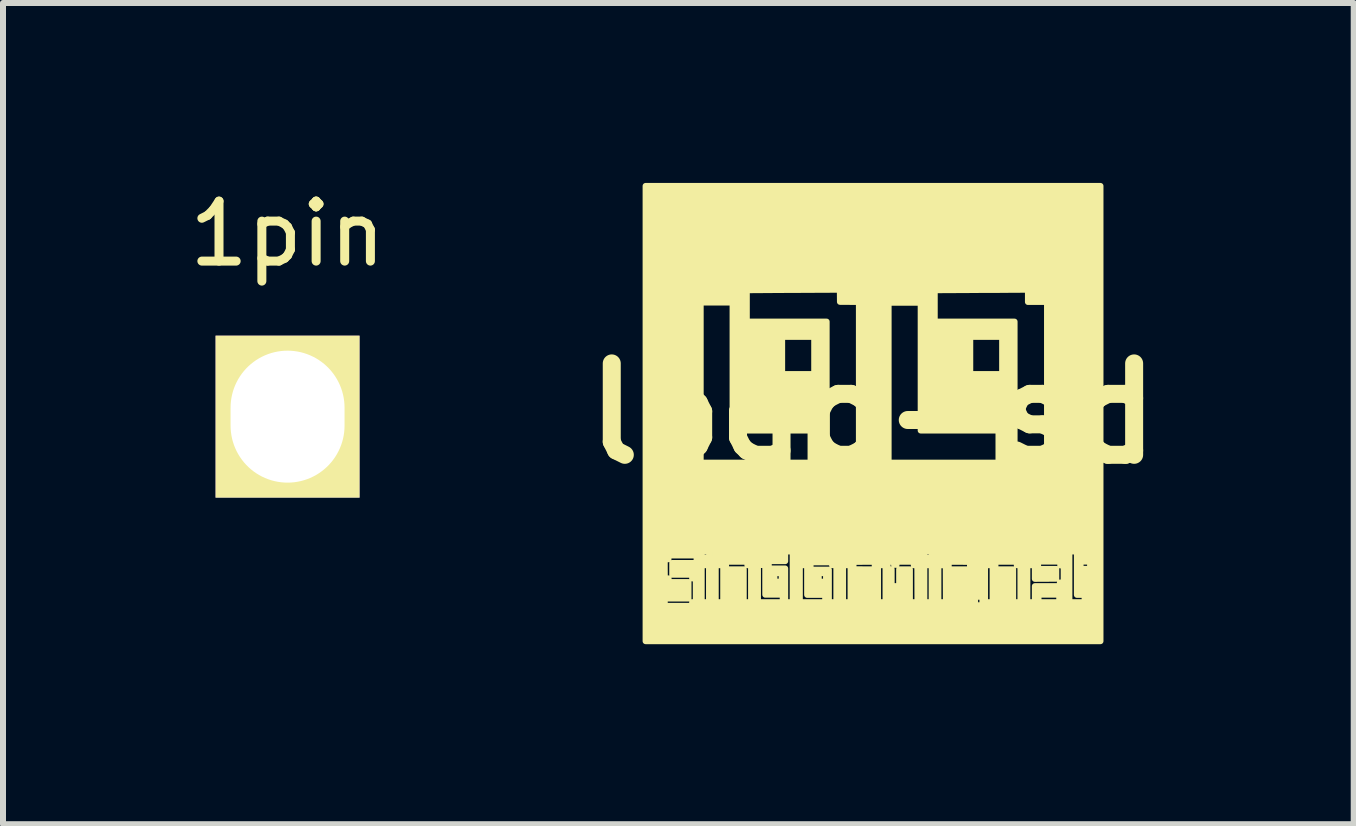
<source format=kicad_pcb>
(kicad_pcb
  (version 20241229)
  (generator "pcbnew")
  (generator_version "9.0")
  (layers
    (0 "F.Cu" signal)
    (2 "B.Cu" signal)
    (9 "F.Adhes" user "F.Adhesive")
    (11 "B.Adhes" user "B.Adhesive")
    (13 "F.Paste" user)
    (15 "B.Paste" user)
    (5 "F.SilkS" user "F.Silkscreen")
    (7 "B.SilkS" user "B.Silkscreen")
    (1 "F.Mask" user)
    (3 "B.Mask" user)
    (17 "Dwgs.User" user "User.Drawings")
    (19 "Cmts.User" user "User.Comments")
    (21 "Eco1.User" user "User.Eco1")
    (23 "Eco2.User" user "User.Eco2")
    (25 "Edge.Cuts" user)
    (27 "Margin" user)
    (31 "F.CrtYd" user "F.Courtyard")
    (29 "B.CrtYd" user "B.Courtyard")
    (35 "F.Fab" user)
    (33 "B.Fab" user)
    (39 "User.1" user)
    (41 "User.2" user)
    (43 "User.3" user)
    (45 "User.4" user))
  (footprint "logo-sd"
    (layer "F.Cu")
    (at 11.503 3.843)
    (property "Reference" "logo-sd" (at 0 0 0) (layer "F.SilkS") (effects (font (size 1.524 1.524) (thickness 0.3))))
    (attr through_hole)
    (fp_poly (pts (xy 3.793 3.796) (xy 3.62 3.796) (xy 3.62 2.591) (xy 3.62 2.53) (xy 3.62 2.469) (xy 3.541 2.469) (xy 3.461 2.469) (xy 3.461 2.53) (xy 3.461 2.591) (xy 3.541 2.591) (xy 3.62 2.591) (xy 3.62 3.796) (xy 3.529 3.796) (xy 3.529 3.146) (xy 3.529 3.085) (xy 3.529 3.024) (xy 3.465 3.024) (xy 3.4 3.024) (xy 3.4 2.662) (xy 3.4 2.3) (xy 3.338 2.3) (xy 3.275 2.3) (xy 3.275 2.723) (xy 3.275 3.146) (xy 3.402 3.146) (xy 3.529 3.146) (xy 3.529 3.796) (xy 3.18 3.796) (xy 3.18 2.818) (xy 3.18 2.675) (xy 3.18 2.533) (xy 3.151 2.533) (xy 3.123 2.533) (xy 3.123 2.501) (xy 3.123 2.469) (xy 2.938 2.469) (xy 2.902 2.469) (xy 2.902 0.82) (xy 2.902 -0.52) (xy 2.902 -1.859) (xy 2.743 -1.859) (xy 2.584 -1.859) (xy 2.584 -1.961) (xy 2.584 -2.063) (xy 2.226 -2.061) (xy 2.172 -2.061) (xy 2.112 -2.06) (xy 2.048 -2.06) (xy 1.98 -2.06) (xy 1.909 -2.059) (xy 1.837 -2.059) (xy 1.764 -2.059) (xy 1.691 -2.058) (xy 1.62 -2.058) (xy 1.552 -2.057) (xy 1.487 -2.057) (xy 1.449 -2.057) (xy 1.03 -2.055) (xy 1.03 -1.793) (xy 1.03 -1.531) (xy 1.695 -1.531) (xy 2.361 -1.531) (xy 2.361 -0.358) (xy 2.361 -0.269) (xy 2.361 -0.182) (xy 2.361 -0.097) (xy 2.361 -0.014) (xy 2.361 0.066) (xy 2.361 0.144) (xy 2.361 0.218) (xy 2.361 0.29) (xy 2.361 0.358) (xy 2.361 0.422) (xy 2.361 0.482) (xy 2.361 0.539) (xy 2.361 0.59) (xy 2.362 0.637) (xy 2.362 0.68) (xy 2.362 0.717) (xy 2.362 0.748) (xy 2.362 0.774) (xy 2.362 0.794) (xy 2.362 0.808) (xy 2.363 0.816) (xy 2.363 0.817) (xy 2.366 0.818) (xy 2.376 0.818) (xy 2.392 0.818) (xy 2.413 0.819) (xy 2.439 0.819) (xy 2.468 0.819) (xy 2.502 0.819) (xy 2.538 0.819) (xy 2.578 0.82) (xy 2.619 0.82) (xy 2.634 0.82) (xy 2.902 0.82) (xy 2.902 2.469) (xy 2.753 2.469) (xy 2.753 2.53) (xy 2.753 2.591) (xy 2.905 2.592) (xy 3.056 2.592) (xy 3.056 2.674) (xy 3.056 2.755) (xy 2.878 2.756) (xy 2.699 2.757) (xy 2.699 2.643) (xy 2.699 2.53) (xy 2.637 2.53) (xy 2.574 2.53) (xy 2.574 2.838) (xy 2.574 3.146) (xy 2.637 3.146) (xy 2.699 3.146) (xy 2.699 3.012) (xy 2.699 2.879) (xy 2.907 2.879) (xy 3.116 2.879) (xy 3.116 2.848) (xy 3.116 2.818) (xy 3.148 2.818) (xy 3.18 2.818) (xy 3.18 3.796) (xy 3.106 3.796) (xy 3.106 3.146) (xy 3.106 3.084) (xy 3.106 3.021) (xy 2.933 3.021) (xy 2.76 3.021) (xy 2.76 3.084) (xy 2.76 3.146) (xy 2.933 3.146) (xy 3.106 3.146) (xy 3.106 3.796) (xy 2.459 3.796) (xy 2.459 3.146) (xy 2.459 2.838) (xy 2.459 2.53) (xy 2.428 2.53) (xy 2.398 2.53) (xy 2.398 2.501) (xy 2.398 2.472) (xy 2.22 2.472) (xy 2.154 2.472) (xy 2.154 -0.657) (xy 2.154 -0.967) (xy 2.154 -1.277) (xy 1.888 -1.277) (xy 1.622 -1.277) (xy 1.622 -0.967) (xy 1.622 -0.657) (xy 1.888 -0.657) (xy 2.154 -0.657) (xy 2.154 2.472) (xy 2.093 2.472) (xy 2.093 0.82) (xy 2.093 0.552) (xy 2.093 0.284) (xy 1.444 0.284) (xy 0.796 0.284) (xy 0.796 -0.781) (xy 0.796 -1.846) (xy 0.528 -1.846) (xy 0.261 -1.846) (xy 0.261 -0.513) (xy 0.261 0.82) (xy 1.177 0.82) (xy 2.093 0.82) (xy 2.093 2.472) (xy 2.042 2.472) (xy 2.042 2.535) (xy 2.042 2.598) (xy 2.189 2.598) (xy 2.337 2.598) (xy 2.337 2.872) (xy 2.337 3.146) (xy 2.398 3.146) (xy 2.459 3.146) (xy 2.459 3.796) (xy 1.995 3.796) (xy 1.995 3.146) (xy 1.995 2.838) (xy 1.995 2.53) (xy 1.932 2.53) (xy 1.869 2.53) (xy 1.869 2.838) (xy 1.869 3.146) (xy 1.932 3.146) (xy 1.995 3.146) (xy 1.995 3.796) (xy 1.825 3.796) (xy 1.825 3.197) (xy 1.825 3.126) (xy 1.825 3.055) (xy 1.764 3.055) (xy 1.703 3.055) (xy 1.703 3.126) (xy 1.703 3.197) (xy 1.764 3.197) (xy 1.825 3.197) (xy 1.825 3.796) (xy 1.619 3.796) (xy 1.619 2.598) (xy 1.618 2.536) (xy 1.617 2.474) (xy 1.44 2.473) (xy 1.263 2.472) (xy 1.263 2.535) (xy 1.263 2.598) (xy 1.441 2.598) (xy 1.619 2.598) (xy 1.619 3.796) (xy 1.216 3.796) (xy 1.216 3.146) (xy 1.215 2.839) (xy 1.214 2.532) (xy 1.152 2.531) (xy 1.091 2.53) (xy 1.091 2.838) (xy 1.091 3.146) (xy 1.153 3.146) (xy 1.216 3.146) (xy 1.216 3.796) (xy 0.982 3.796) (xy 0.982 2.348) (xy 0.982 2.296) (xy 0.92 2.296) (xy 0.858 2.296) (xy 0.856 2.322) (xy 0.854 2.34) (xy 0.854 2.359) (xy 0.853 2.374) (xy 0.853 2.401) (xy 0.915 2.402) (xy 0.935 2.402) (xy 0.953 2.402) (xy 0.967 2.402) (xy 0.976 2.402) (xy 0.98 2.402) (xy 0.98 2.398) (xy 0.981 2.389) (xy 0.982 2.376) (xy 0.982 2.359) (xy 0.982 2.348) (xy 0.982 3.796) (xy 0.979 3.796) (xy 0.979 3.146) (xy 0.979 2.838) (xy 0.979 2.53) (xy 0.918 2.53) (xy 0.857 2.53) (xy 0.857 2.838) (xy 0.857 3.146) (xy 0.918 3.146) (xy 0.979 3.146) (xy 0.979 3.796) (xy 0.742 3.796) (xy 0.742 3.146) (xy 0.741 2.839) (xy 0.74 2.532) (xy 0.71 2.531) (xy 0.681 2.53) (xy 0.681 2.501) (xy 0.681 2.472) (xy 0.537 2.472) (xy 0.393 2.472) (xy 0.393 2.498) (xy 0.393 2.523) (xy 0.373 2.523) (xy 0.352 2.523) (xy 0.352 2.498) (xy 0.352 2.472) (xy 0.298 2.472) (xy 0.244 2.472) (xy 0.244 2.535) (xy 0.244 2.598) (xy 0.278 2.598) (xy 0.312 2.598) (xy 0.312 2.738) (xy 0.312 2.879) (xy 0.374 2.879) (xy 0.437 2.879) (xy 0.437 2.738) (xy 0.437 2.598) (xy 0.527 2.598) (xy 0.616 2.598) (xy 0.616 2.872) (xy 0.616 3.146) (xy 0.679 3.146) (xy 0.742 3.146) (xy 0.742 3.796) (xy 0.21 3.796) (xy 0.21 3.146) (xy 0.21 2.838) (xy 0.21 2.53) (xy 0.147 2.53) (xy 0.085 2.53) (xy 0.085 2.838) (xy 0.085 3.146) (xy 0.147 3.146) (xy 0.21 3.146) (xy 0.21 3.796) (xy 0.03 3.796) (xy 0.03 2.598) (xy 0.03 2.535) (xy 0.03 2.472) (xy -0.146 2.473) (xy -0.234 2.474) (xy -0.234 0.82) (xy -0.234 -0.52) (xy -0.234 -1.859) (xy -0.392 -1.86) (xy -0.55 -1.861) (xy -0.551 -1.962) (xy -0.552 -2.063) (xy -1.012 -2.061) (xy -1.074 -2.061) (xy -1.14 -2.061) (xy -1.207 -2.06) (xy -1.276 -2.06) (xy -1.345 -2.059) (xy -1.414 -2.059) (xy -1.481 -2.059) (xy -1.546 -2.058) (xy -1.608 -2.058) (xy -1.666 -2.058) (xy -1.719 -2.057) (xy -1.767 -2.057) (xy -1.787 -2.057) (xy -2.103 -2.055) (xy -2.103 -1.793) (xy -2.103 -1.531) (xy -1.438 -1.531) (xy -0.772 -1.531) (xy -0.772 -0.358) (xy -0.772 -0.269) (xy -0.772 -0.182) (xy -0.772 -0.097) (xy -0.772 -0.014) (xy -0.772 0.066) (xy -0.772 0.144) (xy -0.772 0.218) (xy -0.772 0.29) (xy -0.772 0.358) (xy -0.772 0.422) (xy -0.771 0.482) (xy -0.771 0.539) (xy -0.771 0.59) (xy -0.771 0.637) (xy -0.771 0.68) (xy -0.771 0.717) (xy -0.771 0.748) (xy -0.771 0.774) (xy -0.77 0.794) (xy -0.77 0.808) (xy -0.77 0.816) (xy -0.77 0.817) (xy -0.766 0.818) (xy -0.756 0.818) (xy -0.741 0.818) (xy -0.72 0.819) (xy -0.694 0.819) (xy -0.664 0.819) (xy -0.631 0.819) (xy -0.594 0.819) (xy -0.555 0.82) (xy -0.514 0.82) (xy -0.501 0.82) (xy -0.234 0.82) (xy -0.234 2.474) (xy -0.323 2.474) (xy -0.324 2.531) (xy -0.325 2.551) (xy -0.325 2.568) (xy -0.324 2.581) (xy -0.324 2.59) (xy -0.324 2.593) (xy -0.322 2.594) (xy -0.318 2.595) (xy -0.31 2.596) (xy -0.299 2.596) (xy -0.284 2.597) (xy -0.264 2.597) (xy -0.239 2.597) (xy -0.208 2.597) (xy -0.172 2.598) (xy -0.146 2.598) (xy 0.03 2.598) (xy 0.03 3.796) (xy 0.002 3.796) (xy -0.373 3.796) (xy -0.373 3.146) (xy -0.373 2.838) (xy -0.373 2.53) (xy -0.435 2.53) (xy -0.498 2.53) (xy -0.498 2.838) (xy -0.498 3.146) (xy -0.435 3.146) (xy -0.373 3.146) (xy -0.373 3.796) (xy -0.61 3.796) (xy -0.61 3.146) (xy -0.61 2.838) (xy -0.61 2.53) (xy -0.646 2.529) (xy -0.682 2.528) (xy -0.683 2.505) (xy -0.684 2.482) (xy -0.862 2.482) (xy -0.979 2.482) (xy -0.979 -0.657) (xy -0.979 -0.967) (xy -0.979 -1.277) (xy -1.246 -1.277) (xy -1.514 -1.277) (xy -1.514 -0.967) (xy -1.514 -0.657) (xy -1.246 -0.657) (xy -0.979 -0.657) (xy -0.979 2.482) (xy -1.04 2.482) (xy -1.04 0.82) (xy -1.04 0.552) (xy -1.04 0.284) (xy -1.69 0.284) (xy -2.34 0.284) (xy -2.34 -0.782) (xy -2.34 -1.849) (xy -2.606 -1.849) (xy -2.872 -1.849) (xy -2.872 -0.515) (xy -2.872 0.82) (xy -1.956 0.82) (xy -1.04 0.82) (xy -1.04 2.482) (xy -1.04 2.543) (xy -1.04 2.604) (xy -0.887 2.604) (xy -0.735 2.604) (xy -0.735 2.875) (xy -0.735 3.146) (xy -0.672 3.146) (xy -0.61 3.146) (xy -0.61 3.796) (xy -0.782 3.796) (xy -0.782 2.804) (xy -0.782 2.733) (xy -0.782 2.662) (xy -0.843 2.662) (xy -0.904 2.662) (xy -0.904 2.733) (xy -0.904 2.804) (xy -0.843 2.804) (xy -0.782 2.804) (xy -0.782 3.796) (xy -0.796 3.796) (xy -0.796 3.146) (xy -0.796 3.085) (xy -0.796 3.024) (xy -0.947 3.024) (xy -1.097 3.024) (xy -1.097 2.777) (xy -1.097 2.53) (xy -1.158 2.53) (xy -1.219 2.53) (xy -1.219 2.838) (xy -1.219 3.146) (xy -1.008 3.146) (xy -0.796 3.146) (xy -0.796 3.796) (xy -1.338 3.796) (xy -1.338 3.146) (xy -1.338 2.723) (xy -1.338 2.3) (xy -1.4 2.3) (xy -1.463 2.3) (xy -1.463 2.381) (xy -1.463 2.462) (xy -1.6 2.462) (xy -1.737 2.462) (xy -1.737 2.523) (xy -1.737 2.584) (xy -1.6 2.584) (xy -1.463 2.584) (xy -1.463 2.865) (xy -1.463 3.146) (xy -1.4 3.146) (xy -1.338 3.146) (xy -1.338 3.796) (xy -1.504 3.796) (xy -1.504 3.146) (xy -1.504 3.084) (xy -1.504 3.021) (xy -1.521 3.021) (xy -1.521 2.804) (xy -1.521 2.733) (xy -1.521 2.662) (xy -1.582 2.662) (xy -1.643 2.662) (xy -1.643 2.733) (xy -1.643 2.804) (xy -1.582 2.804) (xy -1.521 2.804) (xy -1.521 3.021) (xy -1.649 3.021) (xy -1.795 3.021) (xy -1.795 2.774) (xy -1.795 2.526) (xy -1.856 2.526) (xy -1.917 2.526) (xy -1.917 2.836) (xy -1.917 3.146) (xy -1.71 3.146) (xy -1.504 3.146) (xy -1.504 3.796) (xy -2.032 3.796) (xy -2.032 3.146) (xy -2.032 2.838) (xy -2.032 2.53) (xy -2.062 2.53) (xy -2.093 2.53) (xy -2.093 2.501) (xy -2.093 2.472) (xy -2.271 2.472) (xy -2.449 2.472) (xy -2.449 2.535) (xy -2.449 2.598) (xy -2.301 2.598) (xy -2.154 2.598) (xy -2.154 2.872) (xy -2.154 3.146) (xy -2.093 3.146) (xy -2.032 3.146) (xy -2.032 3.796) (xy -2.496 3.796) (xy -2.496 3.146) (xy -2.496 2.838) (xy -2.496 2.53) (xy -2.559 2.53) (xy -2.621 2.53) (xy -2.621 2.838) (xy -2.621 3.146) (xy -2.559 3.146) (xy -2.496 3.146) (xy -2.496 3.796) (xy -2.73 3.796) (xy -2.73 2.348) (xy -2.73 2.296) (xy -2.792 2.296) (xy -2.855 2.296) (xy -2.855 2.318) (xy -2.855 2.331) (xy -2.856 2.349) (xy -2.857 2.366) (xy -2.857 2.37) (xy -2.859 2.401) (xy -2.797 2.402) (xy -2.777 2.402) (xy -2.76 2.402) (xy -2.745 2.402) (xy -2.736 2.402) (xy -2.732 2.402) (xy -2.731 2.398) (xy -2.731 2.389) (xy -2.73 2.376) (xy -2.73 2.359) (xy -2.73 2.348) (xy -2.73 3.796) (xy -2.733 3.796) (xy -2.733 3.146) (xy -2.733 2.838) (xy -2.733 2.53) (xy -2.794 2.53) (xy -2.855 2.53) (xy -2.855 2.838) (xy -2.855 3.146) (xy -2.794 3.146) (xy -2.733 3.146) (xy -2.733 3.796) (xy -2.94 3.796) (xy -2.94 2.493) (xy -2.94 2.43) (xy -2.94 2.367) (xy -3.173 2.367) (xy -3.407 2.367) (xy -3.408 2.399) (xy -3.409 2.43) (xy -3.44 2.431) (xy -3.471 2.432) (xy -3.471 2.59) (xy -3.47 2.748) (xy -3.438 2.749) (xy -3.407 2.75) (xy -3.407 2.781) (xy -3.407 2.811) (xy -3.241 2.811) (xy -3.075 2.811) (xy -3.075 2.948) (xy -3.075 3.085) (xy -3.273 3.085) (xy -3.471 3.085) (xy -3.471 3.146) (xy -3.471 3.207) (xy -3.243 3.207) (xy -3.014 3.207) (xy -3.014 3.177) (xy -3.014 3.146) (xy -2.984 3.146) (xy -2.953 3.146) (xy -2.953 2.948) (xy -2.953 2.75) (xy -2.984 2.75) (xy -3.014 2.75) (xy -3.014 2.719) (xy -3.014 2.689) (xy -3.18 2.689) (xy -3.346 2.689) (xy -3.346 2.591) (xy -3.346 2.493) (xy -3.143 2.493) (xy -2.94 2.493) (xy -2.94 3.796) (xy -3.79 3.796) (xy -3.79 0.002) (xy -3.79 -3.793) (xy 0.002 -3.793) (xy 3.793 -3.793) (xy 3.793 0.002) (xy 3.793 3.796)) (stroke (width 0.1) (type solid)) (fill yes) (layer "F.SilkS")))
  (footprint "1pin"
    (layer "F.Cu")
    (at 1.744 3.896)
    (property "Reference" "1pin" (at 0 -3.048 0) (layer "F.SilkS") (effects (font (size 1 1) (thickness 0.15))))
    (attr through_hole)
    (pad "1" thru_hole rect (at 0 0) (size 2.4 2.7) (drill oval 1.9 2.2) (layers "*.Cu" "*.Mask" "F.SilkS")))
  (gr_rect
    (start -3 -3)
    (end 19.518 10.69)
    (stroke (width 0.1) (type default))
    (fill no)
    (layer "Edge.Cuts")))
</source>
